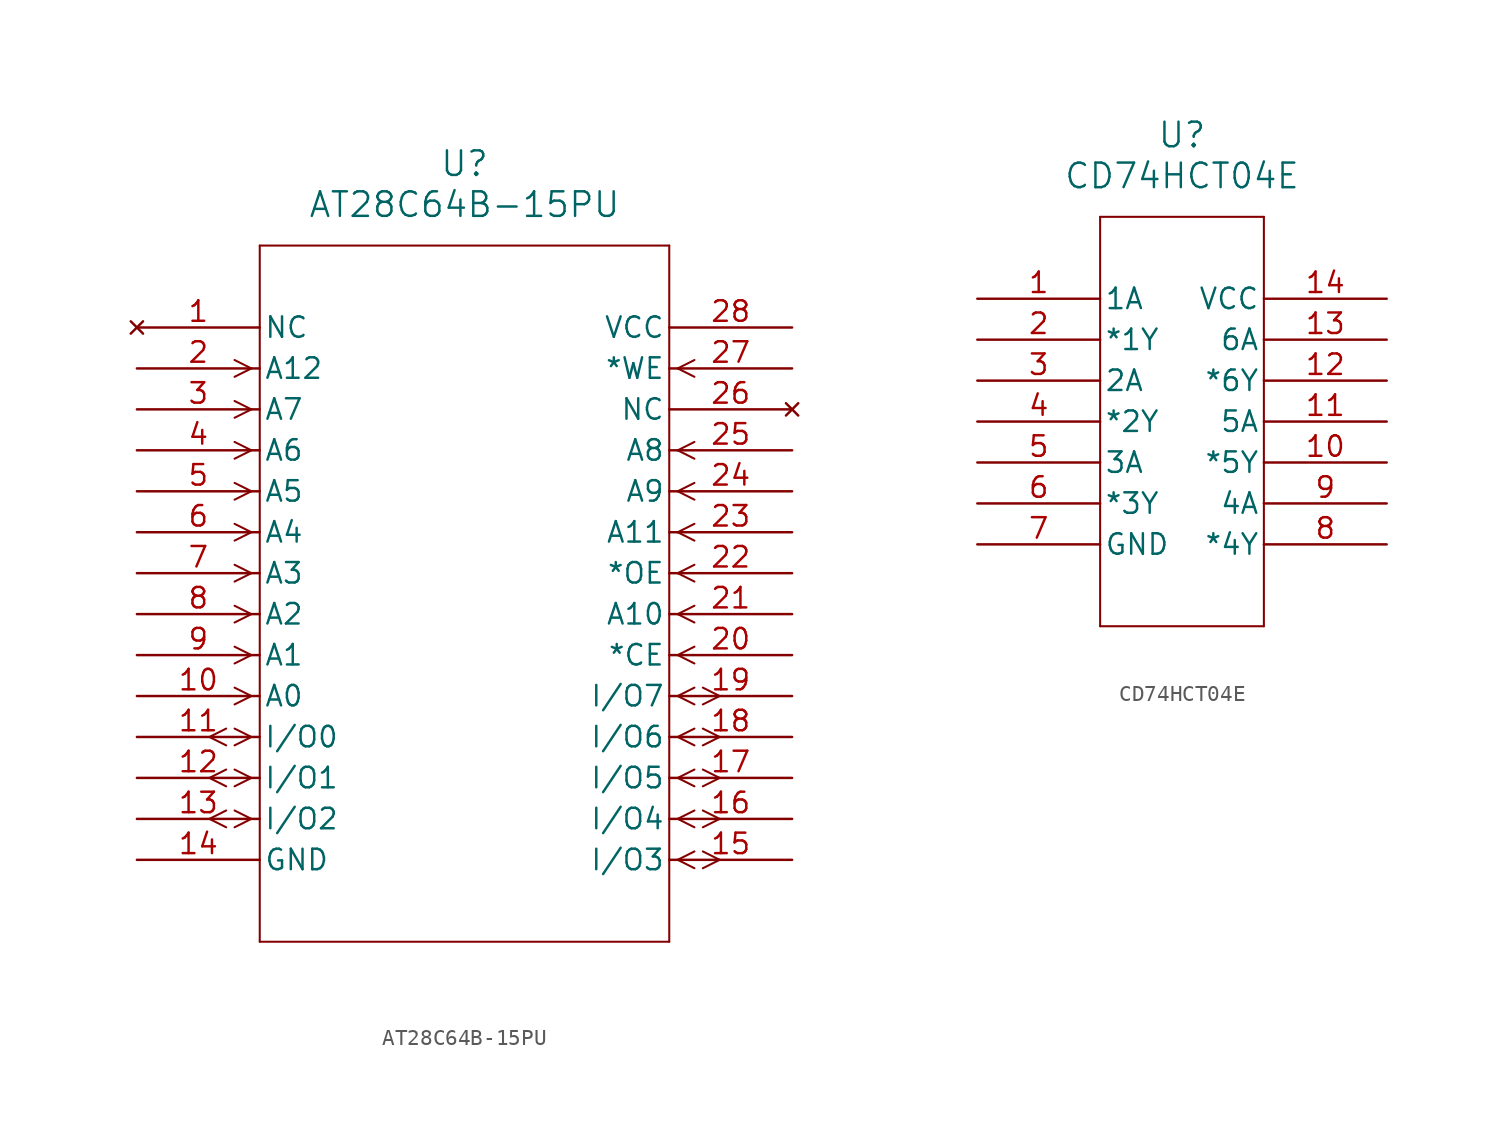
<source format=kicad_sym>
(kicad_symbol_lib
  (version 20231120)
  (generator "kicad_symbol_editor")
  (generator_version "8.0")
  (symbol "AT28C64B-15PU"
    (pin_names
      (offset 0.254))
    (property "Reference" "U"
      (at 20.32 10.16 0)
      (effects (font (size 1.524 1.524))))
    (property "Value" "AT28C64B-15PU"
      (at 20.32 7.62 0)
      (effects (font (size 1.524 1.524))))
    (property "ki_locked" ""
      (at 0 0 0)
      (effects (font (size 1.27 1.27))))
    (symbol "AT28C64B-15PU_1_1"
      (polyline (pts (xy 5.537 -31.001) (xy 4.496 -30.48)) (stroke (width 0.127) (type default)) (fill (type none)))
      (polyline (pts (xy 5.537 -29.959) (xy 4.496 -30.48)) (stroke (width 0.127) (type default)) (fill (type none)))
      (polyline (pts (xy 5.537 -28.461) (xy 4.496 -27.94)) (stroke (width 0.127) (type default)) (fill (type none)))
      (polyline (pts (xy 5.537 -27.419) (xy 4.496 -27.94)) (stroke (width 0.127) (type default)) (fill (type none)))
      (polyline (pts (xy 5.537 -25.921) (xy 4.496 -25.4)) (stroke (width 0.127) (type default)) (fill (type none)))
      (polyline (pts (xy 5.537 -24.879) (xy 4.496 -25.4)) (stroke (width 0.127) (type default)) (fill (type none)))
      (polyline (pts (xy 7.099 -30.48) (xy 6.058 -31.001)) (stroke (width 0.127) (type default)) (fill (type none)))
      (polyline (pts (xy 7.099 -30.48) (xy 6.058 -29.959)) (stroke (width 0.127) (type default)) (fill (type none)))
      (polyline (pts (xy 7.099 -27.94) (xy 6.058 -28.461)) (stroke (width 0.127) (type default)) (fill (type none)))
      (polyline (pts (xy 7.099 -27.94) (xy 6.058 -27.419)) (stroke (width 0.127) (type default)) (fill (type none)))
      (polyline (pts (xy 7.099 -25.4) (xy 6.058 -25.921)) (stroke (width 0.127) (type default)) (fill (type none)))
      (polyline (pts (xy 7.099 -25.4) (xy 6.058 -24.879)) (stroke (width 0.127) (type default)) (fill (type none)))
      (polyline (pts (xy 7.099 -22.86) (xy 6.058 -23.381)) (stroke (width 0.127) (type default)) (fill (type none)))
      (polyline (pts (xy 7.099 -22.86) (xy 6.058 -22.339)) (stroke (width 0.127) (type default)) (fill (type none)))
      (polyline (pts (xy 7.099 -20.32) (xy 6.058 -20.841)) (stroke (width 0.127) (type default)) (fill (type none)))
      (polyline (pts (xy 7.099 -20.32) (xy 6.058 -19.799)) (stroke (width 0.127) (type default)) (fill (type none)))
      (polyline (pts (xy 7.099 -17.78) (xy 6.058 -18.301)) (stroke (width 0.127) (type default)) (fill (type none)))
      (polyline (pts (xy 7.099 -17.78) (xy 6.058 -17.259)) (stroke (width 0.127) (type default)) (fill (type none)))
      (polyline (pts (xy 7.099 -15.24) (xy 6.058 -15.761)) (stroke (width 0.127) (type default)) (fill (type none)))
      (polyline (pts (xy 7.099 -15.24) (xy 6.058 -14.719)) (stroke (width 0.127) (type default)) (fill (type none)))
      (polyline (pts (xy 7.099 -12.7) (xy 6.058 -13.221)) (stroke (width 0.127) (type default)) (fill (type none)))
      (polyline (pts (xy 7.099 -12.7) (xy 6.058 -12.179)) (stroke (width 0.127) (type default)) (fill (type none)))
      (polyline (pts (xy 7.099 -10.16) (xy 6.058 -10.681)) (stroke (width 0.127) (type default)) (fill (type none)))
      (polyline (pts (xy 7.099 -10.16) (xy 6.058 -9.639)) (stroke (width 0.127) (type default)) (fill (type none)))
      (polyline (pts (xy 7.099 -7.62) (xy 6.058 -8.141)) (stroke (width 0.127) (type default)) (fill (type none)))
      (polyline (pts (xy 7.099 -7.62) (xy 6.058 -7.099)) (stroke (width 0.127) (type default)) (fill (type none)))
      (polyline (pts (xy 7.099 -5.08) (xy 6.058 -5.601)) (stroke (width 0.127) (type default)) (fill (type none)))
      (polyline (pts (xy 7.099 -5.08) (xy 6.058 -4.559)) (stroke (width 0.127) (type default)) (fill (type none)))
      (polyline (pts (xy 7.099 -2.54) (xy 6.058 -3.061)) (stroke (width 0.127) (type default)) (fill (type none)))
      (polyline (pts (xy 7.099 -2.54) (xy 6.058 -2.019)) (stroke (width 0.127) (type default)) (fill (type none)))
      (polyline (pts (xy 7.62 -38.1) (xy 33.02 -38.1)) (stroke (width 0.127) (type default)) (fill (type none)))
      (polyline (pts (xy 7.62 5.08) (xy 7.62 -38.1)) (stroke (width 0.127) (type default)) (fill (type none)))
      (polyline (pts (xy 33.02 -38.1) (xy 33.02 5.08)) (stroke (width 0.127) (type default)) (fill (type none)))
      (polyline (pts (xy 33.02 5.08) (xy 7.62 5.08)) (stroke (width 0.127) (type default)) (fill (type none)))
      (polyline (pts (xy 33.541 -33.02) (xy 34.582 -33.541)) (stroke (width 0.127) (type default)) (fill (type none)))
      (polyline (pts (xy 33.541 -33.02) (xy 34.582 -32.499)) (stroke (width 0.127) (type default)) (fill (type none)))
      (polyline (pts (xy 33.541 -30.48) (xy 34.582 -31.001)) (stroke (width 0.127) (type default)) (fill (type none)))
      (polyline (pts (xy 33.541 -30.48) (xy 34.582 -29.959)) (stroke (width 0.127) (type default)) (fill (type none)))
      (polyline (pts (xy 33.541 -27.94) (xy 34.582 -28.461)) (stroke (width 0.127) (type default)) (fill (type none)))
      (polyline (pts (xy 33.541 -27.94) (xy 34.582 -27.419)) (stroke (width 0.127) (type default)) (fill (type none)))
      (polyline (pts (xy 33.541 -25.4) (xy 34.582 -25.921)) (stroke (width 0.127) (type default)) (fill (type none)))
      (polyline (pts (xy 33.541 -25.4) (xy 34.582 -24.879)) (stroke (width 0.127) (type default)) (fill (type none)))
      (polyline (pts (xy 33.541 -22.86) (xy 34.582 -23.381)) (stroke (width 0.127) (type default)) (fill (type none)))
      (polyline (pts (xy 33.541 -22.86) (xy 34.582 -22.339)) (stroke (width 0.127) (type default)) (fill (type none)))
      (polyline (pts (xy 33.541 -20.32) (xy 34.582 -20.841)) (stroke (width 0.127) (type default)) (fill (type none)))
      (polyline (pts (xy 33.541 -20.32) (xy 34.582 -19.799)) (stroke (width 0.127) (type default)) (fill (type none)))
      (polyline (pts (xy 33.541 -17.78) (xy 34.582 -18.301)) (stroke (width 0.127) (type default)) (fill (type none)))
      (polyline (pts (xy 33.541 -17.78) (xy 34.582 -17.259)) (stroke (width 0.127) (type default)) (fill (type none)))
      (polyline (pts (xy 33.541 -15.24) (xy 34.582 -15.761)) (stroke (width 0.127) (type default)) (fill (type none)))
      (polyline (pts (xy 33.541 -15.24) (xy 34.582 -14.719)) (stroke (width 0.127) (type default)) (fill (type none)))
      (polyline (pts (xy 33.541 -12.7) (xy 34.582 -13.221)) (stroke (width 0.127) (type default)) (fill (type none)))
      (polyline (pts (xy 33.541 -12.7) (xy 34.582 -12.179)) (stroke (width 0.127) (type default)) (fill (type none)))
      (polyline (pts (xy 33.541 -10.16) (xy 34.582 -10.681)) (stroke (width 0.127) (type default)) (fill (type none)))
      (polyline (pts (xy 33.541 -10.16) (xy 34.582 -9.639)) (stroke (width 0.127) (type default)) (fill (type none)))
      (polyline (pts (xy 33.541 -7.62) (xy 34.582 -8.141)) (stroke (width 0.127) (type default)) (fill (type none)))
      (polyline (pts (xy 33.541 -7.62) (xy 34.582 -7.099)) (stroke (width 0.127) (type default)) (fill (type none)))
      (polyline (pts (xy 33.541 -2.54) (xy 34.582 -3.061)) (stroke (width 0.127) (type default)) (fill (type none)))
      (polyline (pts (xy 33.541 -2.54) (xy 34.582 -2.019)) (stroke (width 0.127) (type default)) (fill (type none)))
      (polyline (pts (xy 35.103 -33.541) (xy 36.144 -33.02)) (stroke (width 0.127) (type default)) (fill (type none)))
      (polyline (pts (xy 35.103 -32.499) (xy 36.144 -33.02)) (stroke (width 0.127) (type default)) (fill (type none)))
      (polyline (pts (xy 35.103 -31.001) (xy 36.144 -30.48)) (stroke (width 0.127) (type default)) (fill (type none)))
      (polyline (pts (xy 35.103 -29.959) (xy 36.144 -30.48)) (stroke (width 0.127) (type default)) (fill (type none)))
      (polyline (pts (xy 35.103 -28.461) (xy 36.144 -27.94)) (stroke (width 0.127) (type default)) (fill (type none)))
      (polyline (pts (xy 35.103 -27.419) (xy 36.144 -27.94)) (stroke (width 0.127) (type default)) (fill (type none)))
      (polyline (pts (xy 35.103 -25.921) (xy 36.144 -25.4)) (stroke (width 0.127) (type default)) (fill (type none)))
      (polyline (pts (xy 35.103 -24.879) (xy 36.144 -25.4)) (stroke (width 0.127) (type default)) (fill (type none)))
      (polyline (pts (xy 35.103 -23.381) (xy 36.144 -22.86)) (stroke (width 0.127) (type default)) (fill (type none)))
      (polyline (pts (xy 35.103 -22.339) (xy 36.144 -22.86)) (stroke (width 0.127) (type default)) (fill (type none)))
      (pin no_connect line (at 0 0 0) (length 7.62) (name "NC" (effects (font (size 1.27 1.27)))) (number "1" (effects (font (size 1.27 1.27)))))
      (pin input line (at 0 -22.86 0) (length 7.62) (name "A0" (effects (font (size 1.27 1.27)))) (number "10" (effects (font (size 1.27 1.27)))))
      (pin bidirectional line (at 0 -25.4 0) (length 7.62) (name "I/O0" (effects (font (size 1.27 1.27)))) (number "11" (effects (font (size 1.27 1.27)))))
      (pin bidirectional line (at 0 -27.94 0) (length 7.62) (name "I/O1" (effects (font (size 1.27 1.27)))) (number "12" (effects (font (size 1.27 1.27)))))
      (pin bidirectional line (at 0 -30.48 0) (length 7.62) (name "I/O2" (effects (font (size 1.27 1.27)))) (number "13" (effects (font (size 1.27 1.27)))))
      (pin power_in line (at 0 -33.02 0) (length 7.62) (name "GND" (effects (font (size 1.27 1.27)))) (number "14" (effects (font (size 1.27 1.27)))))
      (pin bidirectional line (at 40.64 -33.02 180) (length 7.62) (name "I/O3" (effects (font (size 1.27 1.27)))) (number "15" (effects (font (size 1.27 1.27)))))
      (pin bidirectional line (at 40.64 -30.48 180) (length 7.62) (name "I/O4" (effects (font (size 1.27 1.27)))) (number "16" (effects (font (size 1.27 1.27)))))
      (pin bidirectional line (at 40.64 -27.94 180) (length 7.62) (name "I/O5" (effects (font (size 1.27 1.27)))) (number "17" (effects (font (size 1.27 1.27)))))
      (pin bidirectional line (at 40.64 -25.4 180) (length 7.62) (name "I/O6" (effects (font (size 1.27 1.27)))) (number "18" (effects (font (size 1.27 1.27)))))
      (pin bidirectional line (at 40.64 -22.86 180) (length 7.62) (name "I/O7" (effects (font (size 1.27 1.27)))) (number "19" (effects (font (size 1.27 1.27)))))
      (pin input line (at 0 -2.54 0) (length 7.62) (name "A12" (effects (font (size 1.27 1.27)))) (number "2" (effects (font (size 1.27 1.27)))))
      (pin input line (at 40.64 -20.32 180) (length 7.62) (name "*CE" (effects (font (size 1.27 1.27)))) (number "20" (effects (font (size 1.27 1.27)))))
      (pin input line (at 40.64 -17.78 180) (length 7.62) (name "A10" (effects (font (size 1.27 1.27)))) (number "21" (effects (font (size 1.27 1.27)))))
      (pin input line (at 40.64 -15.24 180) (length 7.62) (name "*OE" (effects (font (size 1.27 1.27)))) (number "22" (effects (font (size 1.27 1.27)))))
      (pin input line (at 40.64 -12.7 180) (length 7.62) (name "A11" (effects (font (size 1.27 1.27)))) (number "23" (effects (font (size 1.27 1.27)))))
      (pin input line (at 40.64 -10.16 180) (length 7.62) (name "A9" (effects (font (size 1.27 1.27)))) (number "24" (effects (font (size 1.27 1.27)))))
      (pin input line (at 40.64 -7.62 180) (length 7.62) (name "A8" (effects (font (size 1.27 1.27)))) (number "25" (effects (font (size 1.27 1.27)))))
      (pin no_connect line (at 40.64 -5.08 180) (length 7.62) (name "NC" (effects (font (size 1.27 1.27)))) (number "26" (effects (font (size 1.27 1.27)))))
      (pin input line (at 40.64 -2.54 180) (length 7.62) (name "*WE" (effects (font (size 1.27 1.27)))) (number "27" (effects (font (size 1.27 1.27)))))
      (pin power_in line (at 40.64 0 180) (length 7.62) (name "VCC" (effects (font (size 1.27 1.27)))) (number "28" (effects (font (size 1.27 1.27)))))
      (pin input line (at 0 -5.08 0) (length 7.62) (name "A7" (effects (font (size 1.27 1.27)))) (number "3" (effects (font (size 1.27 1.27)))))
      (pin input line (at 0 -7.62 0) (length 7.62) (name "A6" (effects (font (size 1.27 1.27)))) (number "4" (effects (font (size 1.27 1.27)))))
      (pin input line (at 0 -10.16 0) (length 7.62) (name "A5" (effects (font (size 1.27 1.27)))) (number "5" (effects (font (size 1.27 1.27)))))
      (pin input line (at 0 -12.7 0) (length 7.62) (name "A4" (effects (font (size 1.27 1.27)))) (number "6" (effects (font (size 1.27 1.27)))))
      (pin input line (at 0 -15.24 0) (length 7.62) (name "A3" (effects (font (size 1.27 1.27)))) (number "7" (effects (font (size 1.27 1.27)))))
      (pin input line (at 0 -17.78 0) (length 7.62) (name "A2" (effects (font (size 1.27 1.27)))) (number "8" (effects (font (size 1.27 1.27)))))
      (pin input line (at 0 -20.32 0) (length 7.62) (name "A1" (effects (font (size 1.27 1.27)))) (number "9" (effects (font (size 1.27 1.27)))))))
  (symbol "CD74HCT04E"
    (pin_names
      (offset 0.254))
    (property "Reference" "U"
      (at 27.94 10.16 0)
      (effects (font (size 1.524 1.524))))
    (property "Value" "CD74HCT04E"
      (at 27.94 7.62 0)
      (effects (font (size 1.524 1.524))))
    (property "ki_locked" ""
      (at 0 0 0)
      (effects (font (size 1.27 1.27))))
    (symbol "CD74HCT04E_0_1"
      (polyline (pts (xy 22.86 -20.32) (xy 33.02 -20.32)) (stroke (width 0.127) (type default)) (fill (type none)))
      (polyline (pts (xy 22.86 5.08) (xy 22.86 -20.32)) (stroke (width 0.127) (type default)) (fill (type none)))
      (polyline (pts (xy 33.02 -20.32) (xy 33.02 5.08)) (stroke (width 0.127) (type default)) (fill (type none)))
      (polyline (pts (xy 33.02 5.08) (xy 22.86 5.08)) (stroke (width 0.127) (type default)) (fill (type none)))
      (pin input line (at 15.24 0 0) (length 7.62) (name "1A" (effects (font (size 1.27 1.27)))) (number "1" (effects (font (size 1.27 1.27)))))
      (pin output line (at 40.64 -10.16 180) (length 7.62) (name "*5Y" (effects (font (size 1.27 1.27)))) (number "10" (effects (font (size 1.27 1.27)))))
      (pin input line (at 40.64 -7.62 180) (length 7.62) (name "5A" (effects (font (size 1.27 1.27)))) (number "11" (effects (font (size 1.27 1.27)))))
      (pin output line (at 40.64 -5.08 180) (length 7.62) (name "*6Y" (effects (font (size 1.27 1.27)))) (number "12" (effects (font (size 1.27 1.27)))))
      (pin input line (at 40.64 -2.54 180) (length 7.62) (name "6A" (effects (font (size 1.27 1.27)))) (number "13" (effects (font (size 1.27 1.27)))))
      (pin power_in line (at 40.64 0 180) (length 7.62) (name "VCC" (effects (font (size 1.27 1.27)))) (number "14" (effects (font (size 1.27 1.27)))))
      (pin output line (at 15.24 -2.54 0) (length 7.62) (name "*1Y" (effects (font (size 1.27 1.27)))) (number "2" (effects (font (size 1.27 1.27)))))
      (pin input line (at 15.24 -5.08 0) (length 7.62) (name "2A" (effects (font (size 1.27 1.27)))) (number "3" (effects (font (size 1.27 1.27)))))
      (pin output line (at 15.24 -7.62 0) (length 7.62) (name "*2Y" (effects (font (size 1.27 1.27)))) (number "4" (effects (font (size 1.27 1.27)))))
      (pin input line (at 15.24 -10.16 0) (length 7.62) (name "3A" (effects (font (size 1.27 1.27)))) (number "5" (effects (font (size 1.27 1.27)))))
      (pin output line (at 15.24 -12.7 0) (length 7.62) (name "*3Y" (effects (font (size 1.27 1.27)))) (number "6" (effects (font (size 1.27 1.27)))))
      (pin power_in line (at 15.24 -15.24 0) (length 7.62) (name "GND" (effects (font (size 1.27 1.27)))) (number "7" (effects (font (size 1.27 1.27)))))
      (pin output line (at 40.64 -15.24 180) (length 7.62) (name "*4Y" (effects (font (size 1.27 1.27)))) (number "8" (effects (font (size 1.27 1.27)))))
      (pin input line (at 40.64 -12.7 180) (length 7.62) (name "4A" (effects (font (size 1.27 1.27)))) (number "9" (effects (font (size 1.27 1.27))))))))
</source>
